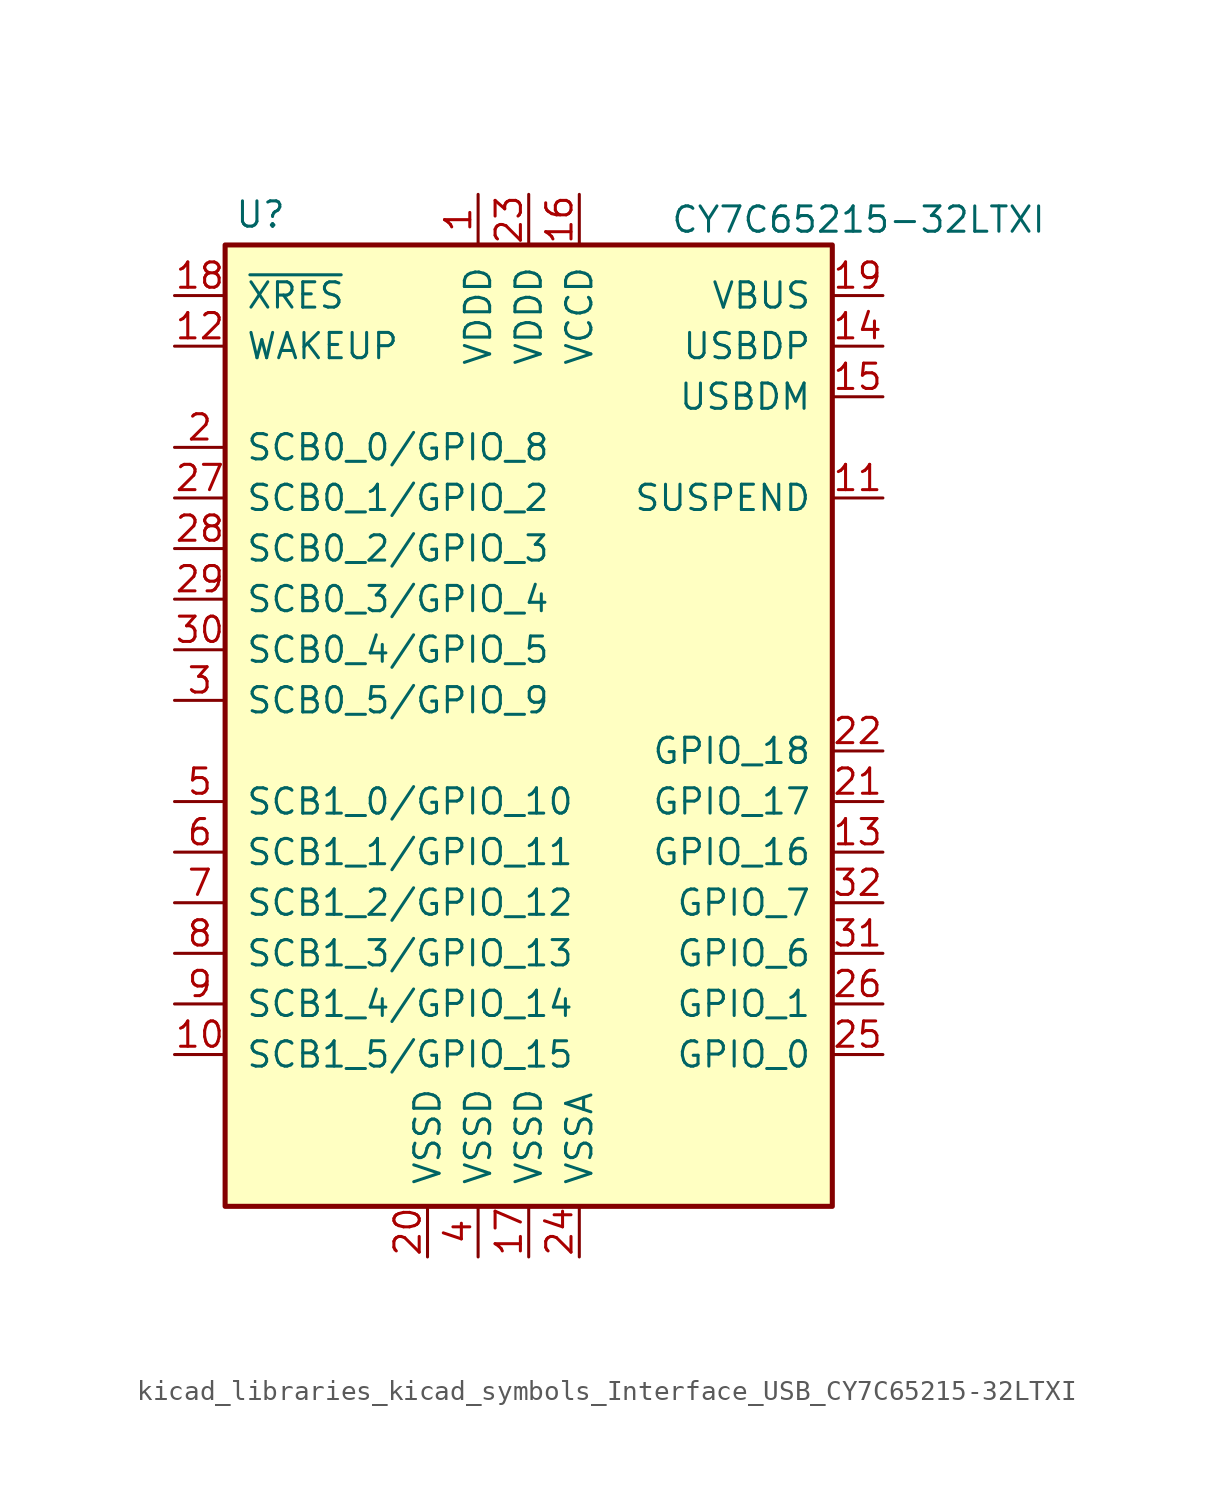
<source format=kicad_sym>
(kicad_symbol_lib
  (version 20220914)
  (generator kicad_symbol_editor)
  (symbol "kicad_libraries_kicad_symbols_Interface_USB_CY7C65215-32LTXI"
    (pin_names
      (offset 1.016))
    (property "Reference" "U"
      (at -13.462 21.844 0)
      (effects (font (size 1.27 1.27))))
    (property "Value" "CY7C65215-32LTXI"
      (at 7.112 21.59 0)
      (effects (font (size 1.27 1.27)) (justify left)))
    (symbol "kicad_libraries_kicad_symbols_Interface_USB_CY7C65215-32LTXI_0_1"
      (rectangle (start -15.24 20.32) (end 15.24 -27.94) (stroke (width 0.254) (type default)) (fill (type background))))
    (symbol "kicad_libraries_kicad_symbols_Interface_USB_CY7C65215-32LTXI_1_1"
      (pin power_in line (at -2.54 22.86 270) (length 2.54) (name "VDDD" (effects (font (size 1.27 1.27)))) (number "1" (effects (font (size 1.27 1.27)))))
      (pin bidirectional line (at -17.78 -20.32 0) (length 2.54) (name "SCB1_5/GPIO_15" (effects (font (size 1.27 1.27)))) (number "10" (effects (font (size 1.27 1.27)))))
      (pin output line (at 17.78 7.62 180) (length 2.54) (name "SUSPEND" (effects (font (size 1.27 1.27)))) (number "11" (effects (font (size 1.27 1.27)))))
      (pin input line (at -17.78 15.24 0) (length 2.54) (name "WAKEUP" (effects (font (size 1.27 1.27)))) (number "12" (effects (font (size 1.27 1.27)))))
      (pin tri_state line (at 17.78 -10.16 180) (length 2.54) (name "GPIO_16" (effects (font (size 1.27 1.27)))) (number "13" (effects (font (size 1.27 1.27)))))
      (pin bidirectional line (at 17.78 15.24 180) (length 2.54) (name "USBDP" (effects (font (size 1.27 1.27)))) (number "14" (effects (font (size 1.27 1.27)))))
      (pin bidirectional line (at 17.78 12.7 180) (length 2.54) (name "USBDM" (effects (font (size 1.27 1.27)))) (number "15" (effects (font (size 1.27 1.27)))))
      (pin power_in line (at 2.54 22.86 270) (length 2.54) (name "VCCD" (effects (font (size 1.27 1.27)))) (number "16" (effects (font (size 1.27 1.27)))))
      (pin power_in line (at 0 -30.48 90) (length 2.54) (name "VSSD" (effects (font (size 1.27 1.27)))) (number "17" (effects (font (size 1.27 1.27)))))
      (pin input line (at -17.78 17.78 0) (length 2.54) (name "~{XRES}" (effects (font (size 1.27 1.27)))) (number "18" (effects (font (size 1.27 1.27)))))
      (pin power_out line (at 17.78 17.78 180) (length 2.54) (name "VBUS" (effects (font (size 1.27 1.27)))) (number "19" (effects (font (size 1.27 1.27)))))
      (pin bidirectional line (at -17.78 10.16 0) (length 2.54) (name "SCB0_0/GPIO_8" (effects (font (size 1.27 1.27)))) (number "2" (effects (font (size 1.27 1.27)))))
      (pin power_in line (at -5.08 -30.48 90) (length 2.54) (name "VSSD" (effects (font (size 1.27 1.27)))) (number "20" (effects (font (size 1.27 1.27)))))
      (pin tri_state line (at 17.78 -7.62 180) (length 2.54) (name "GPIO_17" (effects (font (size 1.27 1.27)))) (number "21" (effects (font (size 1.27 1.27)))))
      (pin tri_state line (at 17.78 -5.08 180) (length 2.54) (name "GPIO_18" (effects (font (size 1.27 1.27)))) (number "22" (effects (font (size 1.27 1.27)))))
      (pin power_in line (at 0 22.86 270) (length 2.54) (name "VDDD" (effects (font (size 1.27 1.27)))) (number "23" (effects (font (size 1.27 1.27)))))
      (pin power_in line (at 2.54 -30.48 90) (length 2.54) (name "VSSA" (effects (font (size 1.27 1.27)))) (number "24" (effects (font (size 1.27 1.27)))))
      (pin bidirectional line (at 17.78 -20.32 180) (length 2.54) (name "GPIO_0" (effects (font (size 1.27 1.27)))) (number "25" (effects (font (size 1.27 1.27)))))
      (pin bidirectional line (at 17.78 -17.78 180) (length 2.54) (name "GPIO_1" (effects (font (size 1.27 1.27)))) (number "26" (effects (font (size 1.27 1.27)))))
      (pin bidirectional line (at -17.78 7.62 0) (length 2.54) (name "SCB0_1/GPIO_2" (effects (font (size 1.27 1.27)))) (number "27" (effects (font (size 1.27 1.27)))))
      (pin bidirectional line (at -17.78 5.08 0) (length 2.54) (name "SCB0_2/GPIO_3" (effects (font (size 1.27 1.27)))) (number "28" (effects (font (size 1.27 1.27)))))
      (pin bidirectional line (at -17.78 2.54 0) (length 2.54) (name "SCB0_3/GPIO_4" (effects (font (size 1.27 1.27)))) (number "29" (effects (font (size 1.27 1.27)))))
      (pin bidirectional line (at -17.78 -2.54 0) (length 2.54) (name "SCB0_5/GPIO_9" (effects (font (size 1.27 1.27)))) (number "3" (effects (font (size 1.27 1.27)))))
      (pin bidirectional line (at -17.78 0 0) (length 2.54) (name "SCB0_4/GPIO_5" (effects (font (size 1.27 1.27)))) (number "30" (effects (font (size 1.27 1.27)))))
      (pin bidirectional line (at 17.78 -15.24 180) (length 2.54) (name "GPIO_6" (effects (font (size 1.27 1.27)))) (number "31" (effects (font (size 1.27 1.27)))))
      (pin bidirectional line (at 17.78 -12.7 180) (length 2.54) (name "GPIO_7" (effects (font (size 1.27 1.27)))) (number "32" (effects (font (size 1.27 1.27)))))
      (pin no_connect line (at -15.24 -25.4 0) (length 2.54) hide (name "1EP" (effects (font (size 1.27 1.27)))) (number "33" (effects (font (size 1.27 1.27)))))
      (pin power_in line (at -2.54 -30.48 90) (length 2.54) (name "VSSD" (effects (font (size 1.27 1.27)))) (number "4" (effects (font (size 1.27 1.27)))))
      (pin bidirectional line (at -17.78 -7.62 0) (length 2.54) (name "SCB1_0/GPIO_10" (effects (font (size 1.27 1.27)))) (number "5" (effects (font (size 1.27 1.27)))))
      (pin bidirectional line (at -17.78 -10.16 0) (length 2.54) (name "SCB1_1/GPIO_11" (effects (font (size 1.27 1.27)))) (number "6" (effects (font (size 1.27 1.27)))))
      (pin bidirectional line (at -17.78 -12.7 0) (length 2.54) (name "SCB1_2/GPIO_12" (effects (font (size 1.27 1.27)))) (number "7" (effects (font (size 1.27 1.27)))))
      (pin bidirectional line (at -17.78 -15.24 0) (length 2.54) (name "SCB1_3/GPIO_13" (effects (font (size 1.27 1.27)))) (number "8" (effects (font (size 1.27 1.27)))))
      (pin bidirectional line (at -17.78 -17.78 0) (length 2.54) (name "SCB1_4/GPIO_14" (effects (font (size 1.27 1.27)))) (number "9" (effects (font (size 1.27 1.27))))))))
</source>
